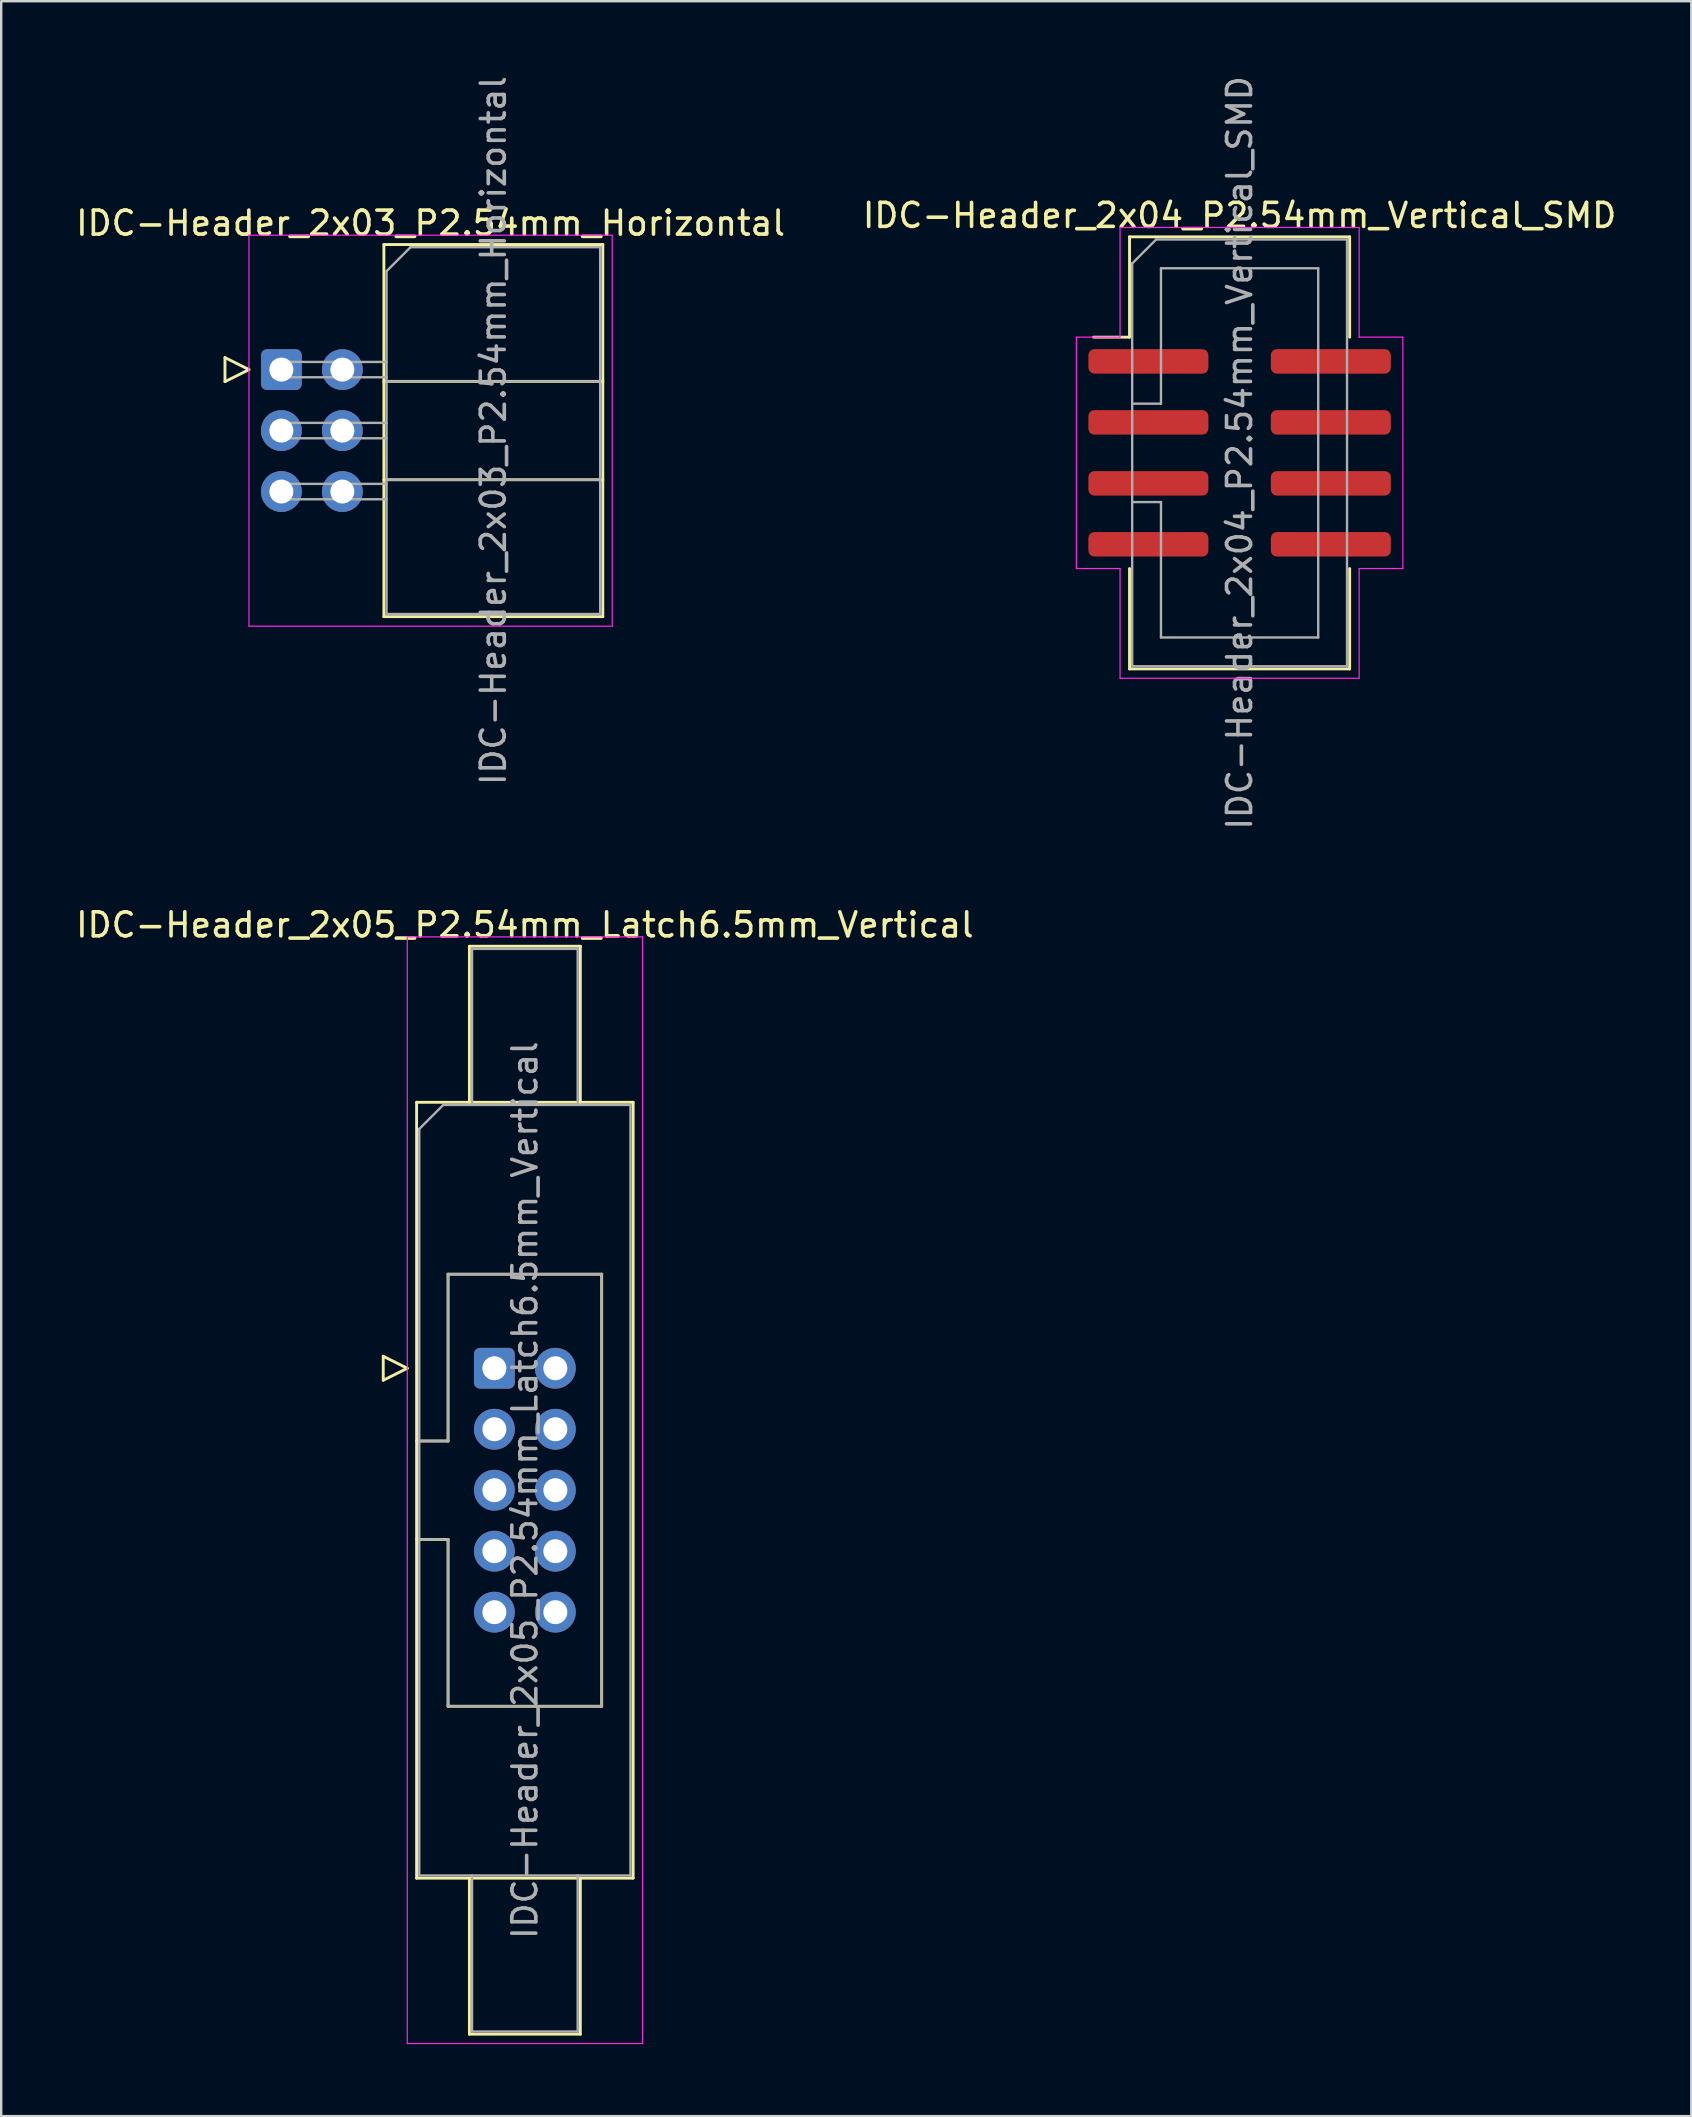
<source format=kicad_pcb>
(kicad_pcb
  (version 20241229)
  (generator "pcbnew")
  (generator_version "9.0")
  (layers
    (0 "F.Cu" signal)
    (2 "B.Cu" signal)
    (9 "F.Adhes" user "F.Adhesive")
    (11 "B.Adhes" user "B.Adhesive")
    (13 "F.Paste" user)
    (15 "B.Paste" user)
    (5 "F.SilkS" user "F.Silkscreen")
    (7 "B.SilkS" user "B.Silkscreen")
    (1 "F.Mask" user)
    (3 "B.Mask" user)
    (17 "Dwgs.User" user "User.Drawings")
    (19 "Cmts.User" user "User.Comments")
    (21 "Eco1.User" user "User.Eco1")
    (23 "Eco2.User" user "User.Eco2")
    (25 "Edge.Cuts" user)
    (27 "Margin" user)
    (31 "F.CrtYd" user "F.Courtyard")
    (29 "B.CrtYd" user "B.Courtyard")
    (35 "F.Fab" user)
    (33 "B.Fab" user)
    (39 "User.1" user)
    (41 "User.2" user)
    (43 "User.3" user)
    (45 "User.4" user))
  (footprint "IDC-Header_2x03_P2.54mm_Horizontal"
    (layer "F.Cu")
    (at 8.672 12.347)
    (property "Reference" "IDC-Header_2x03_P2.54mm_Horizontal" (at 6.215 -6.1 0) (layer "F.SilkS") (effects (font (size 1 1) (thickness 0.15))))
    (attr through_hole)
    (fp_line (start -2.35 -0.5) (end -2.35 0.5) (stroke (width 0.12) (type solid)) (layer "F.SilkS"))
    (fp_line (start -2.35 0.5) (end -1.35 0) (stroke (width 0.12) (type solid)) (layer "F.SilkS"))
    (fp_line (start -1.35 0) (end -2.35 -0.5) (stroke (width 0.12) (type solid)) (layer "F.SilkS"))
    (fp_line (start 4.27 -5.21) (end 13.39 -5.21) (stroke (width 0.12) (type solid)) (layer "F.SilkS"))
    (fp_line (start 4.27 0.49) (end 13.39 0.49) (stroke (width 0.12) (type solid)) (layer "F.SilkS"))
    (fp_line (start 4.27 4.59) (end 13.39 4.59) (stroke (width 0.12) (type solid)) (layer "F.SilkS"))
    (fp_line (start 4.27 10.29) (end 4.27 -5.21) (stroke (width 0.12) (type solid)) (layer "F.SilkS"))
    (fp_line (start 13.39 -5.21) (end 13.39 10.29) (stroke (width 0.12) (type solid)) (layer "F.SilkS"))
    (fp_line (start 13.39 10.29) (end 4.27 10.29) (stroke (width 0.12) (type solid)) (layer "F.SilkS"))
    (fp_line (start -1.35 -5.6) (end -1.35 10.69) (stroke (width 0.05) (type solid)) (layer "F.CrtYd"))
    (fp_line (start -1.35 10.69) (end 13.78 10.69) (stroke (width 0.05) (type solid)) (layer "F.CrtYd"))
    (fp_line (start 13.78 -5.6) (end -1.35 -5.6) (stroke (width 0.05) (type solid)) (layer "F.CrtYd"))
    (fp_line (start 13.78 10.69) (end 13.78 -5.6) (stroke (width 0.05) (type solid)) (layer "F.CrtYd"))
    (fp_line (start -0.32 -0.32) (end -0.32 0.32) (stroke (width 0.1) (type solid)) (layer "F.Fab"))
    (fp_line (start -0.32 0.32) (end 4.38 0.32) (stroke (width 0.1) (type solid)) (layer "F.Fab"))
    (fp_line (start -0.32 2.22) (end -0.32 2.86) (stroke (width 0.1) (type solid)) (layer "F.Fab"))
    (fp_line (start -0.32 2.86) (end 4.38 2.86) (stroke (width 0.1) (type solid)) (layer "F.Fab"))
    (fp_line (start -0.32 4.76) (end -0.32 5.4) (stroke (width 0.1) (type solid)) (layer "F.Fab"))
    (fp_line (start -0.32 5.4) (end 4.38 5.4) (stroke (width 0.1) (type solid)) (layer "F.Fab"))
    (fp_line (start 4.38 -4.1) (end 5.38 -5.1) (stroke (width 0.1) (type solid)) (layer "F.Fab"))
    (fp_line (start 4.38 -0.32) (end -0.32 -0.32) (stroke (width 0.1) (type solid)) (layer "F.Fab"))
    (fp_line (start 4.38 0.49) (end 13.28 0.49) (stroke (width 0.1) (type solid)) (layer "F.Fab"))
    (fp_line (start 4.38 2.22) (end -0.32 2.22) (stroke (width 0.1) (type solid)) (layer "F.Fab"))
    (fp_line (start 4.38 4.59) (end 13.28 4.59) (stroke (width 0.1) (type solid)) (layer "F.Fab"))
    (fp_line (start 4.38 4.76) (end -0.32 4.76) (stroke (width 0.1) (type solid)) (layer "F.Fab"))
    (fp_line (start 4.38 10.18) (end 4.38 -4.1) (stroke (width 0.1) (type solid)) (layer "F.Fab"))
    (fp_line (start 5.38 -5.1) (end 13.28 -5.1) (stroke (width 0.1) (type solid)) (layer "F.Fab"))
    (fp_line (start 13.28 -5.1) (end 13.28 10.18) (stroke (width 0.1) (type solid)) (layer "F.Fab"))
    (fp_line (start 13.28 10.18) (end 4.38 10.18) (stroke (width 0.1) (type solid)) (layer "F.Fab"))
    (fp_text user "${REFERENCE}" (at 8.83 2.54 90) (layer "F.Fab") (effects (font (size 1 1) (thickness 0.15))))
    (pad "1" thru_hole roundrect (at 0 0) (size 1.7 1.7) (drill 1) (layers "*.Cu" "*.Mask") (roundrect_rratio 0.147))
    (pad "2" thru_hole circle (at 2.54 0) (size 1.7 1.7) (drill 1) (layers "*.Cu" "*.Mask"))
    (pad "3" thru_hole circle (at 0 2.54) (size 1.7 1.7) (drill 1) (layers "*.Cu" "*.Mask"))
    (pad "4" thru_hole circle (at 2.54 2.54) (size 1.7 1.7) (drill 1) (layers "*.Cu" "*.Mask"))
    (pad "5" thru_hole circle (at 0 5.08) (size 1.7 1.7) (drill 1) (layers "*.Cu" "*.Mask"))
    (pad "6" thru_hole circle (at 2.54 5.08) (size 1.7 1.7) (drill 1) (layers "*.Cu" "*.Mask")))
  (footprint "IDC-Header_2x05_P2.54mm_Latch6.5mm_Vertical"
    (layer "F.Cu")
    (at 17.545 53.949)
    (property "Reference" "IDC-Header_2x05_P2.54mm_Latch6.5mm_Vertical" (at 1.27 -18.47 0) (layer "F.SilkS") (effects (font (size 1 1) (thickness 0.15))))
    (attr through_hole)
    (fp_line (start -4.63 -0.5) (end -4.63 0.5) (stroke (width 0.12) (type solid)) (layer "F.SilkS"))
    (fp_line (start -4.63 0.5) (end -3.63 0) (stroke (width 0.12) (type solid)) (layer "F.SilkS"))
    (fp_line (start -3.63 0) (end -4.63 -0.5) (stroke (width 0.12) (type solid)) (layer "F.SilkS"))
    (fp_line (start -3.24 -11.08) (end 5.78 -11.08) (stroke (width 0.12) (type solid)) (layer "F.SilkS"))
    (fp_line (start -3.24 3.03) (end -1.93 3.03) (stroke (width 0.12) (type solid)) (layer "F.SilkS"))
    (fp_line (start -3.24 21.24) (end -3.24 -11.08) (stroke (width 0.12) (type solid)) (layer "F.SilkS"))
    (fp_line (start -1.93 -3.92) (end 4.47 -3.92) (stroke (width 0.12) (type solid)) (layer "F.SilkS"))
    (fp_line (start -1.93 3.03) (end -1.93 -3.92) (stroke (width 0.12) (type solid)) (layer "F.SilkS"))
    (fp_line (start -1.93 7.13) (end -3.24 7.13) (stroke (width 0.12) (type solid)) (layer "F.SilkS"))
    (fp_line (start -1.93 14.08) (end -1.93 7.13) (stroke (width 0.12) (type solid)) (layer "F.SilkS"))
    (fp_line (start -1.04 -17.58) (end 3.58 -17.58) (stroke (width 0.12) (type solid)) (layer "F.SilkS"))
    (fp_line (start -1.04 -11.08) (end -1.04 -17.58) (stroke (width 0.12) (type solid)) (layer "F.SilkS"))
    (fp_line (start -1.04 21.24) (end -1.04 27.74) (stroke (width 0.12) (type solid)) (layer "F.SilkS"))
    (fp_line (start -1.04 27.74) (end 3.58 27.74) (stroke (width 0.12) (type solid)) (layer "F.SilkS"))
    (fp_line (start 3.58 -17.58) (end 3.58 -11.08) (stroke (width 0.12) (type solid)) (layer "F.SilkS"))
    (fp_line (start 3.58 27.74) (end 3.58 21.24) (stroke (width 0.12) (type solid)) (layer "F.SilkS"))
    (fp_line (start 4.47 -3.92) (end 4.47 14.08) (stroke (width 0.12) (type solid)) (layer "F.SilkS"))
    (fp_line (start 4.47 14.08) (end -1.93 14.08) (stroke (width 0.12) (type solid)) (layer "F.SilkS"))
    (fp_line (start 5.78 -11.08) (end 5.78 21.24) (stroke (width 0.12) (type solid)) (layer "F.SilkS"))
    (fp_line (start 5.78 21.24) (end -3.24 21.24) (stroke (width 0.12) (type solid)) (layer "F.SilkS"))
    (fp_line (start -3.63 -17.97) (end -3.63 28.13) (stroke (width 0.05) (type solid)) (layer "F.CrtYd"))
    (fp_line (start -3.63 28.13) (end 6.17 28.13) (stroke (width 0.05) (type solid)) (layer "F.CrtYd"))
    (fp_line (start 6.17 -17.97) (end -3.63 -17.97) (stroke (width 0.05) (type solid)) (layer "F.CrtYd"))
    (fp_line (start 6.17 28.13) (end 6.17 -17.97) (stroke (width 0.05) (type solid)) (layer "F.CrtYd"))
    (fp_line (start -3.13 -9.97) (end -2.13 -10.97) (stroke (width 0.1) (type solid)) (layer "F.Fab"))
    (fp_line (start -3.13 3.03) (end -1.93 3.03) (stroke (width 0.1) (type solid)) (layer "F.Fab"))
    (fp_line (start -3.13 21.13) (end -3.13 -9.97) (stroke (width 0.1) (type solid)) (layer "F.Fab"))
    (fp_line (start -2.13 -10.97) (end 5.67 -10.97) (stroke (width 0.1) (type solid)) (layer "F.Fab"))
    (fp_line (start -1.93 -3.92) (end 4.47 -3.92) (stroke (width 0.1) (type solid)) (layer "F.Fab"))
    (fp_line (start -1.93 3.03) (end -1.93 -3.92) (stroke (width 0.1) (type solid)) (layer "F.Fab"))
    (fp_line (start -1.93 7.13) (end -3.13 7.13) (stroke (width 0.1) (type solid)) (layer "F.Fab"))
    (fp_line (start -1.93 14.08) (end -1.93 7.13) (stroke (width 0.1) (type solid)) (layer "F.Fab"))
    (fp_line (start -0.93 -17.47) (end 3.47 -17.47) (stroke (width 0.1) (type solid)) (layer "F.Fab"))
    (fp_line (start -0.93 -10.97) (end -0.93 -17.47) (stroke (width 0.1) (type solid)) (layer "F.Fab"))
    (fp_line (start -0.93 21.13) (end -0.93 27.63) (stroke (width 0.1) (type solid)) (layer "F.Fab"))
    (fp_line (start -0.93 27.63) (end 3.47 27.63) (stroke (width 0.1) (type solid)) (layer "F.Fab"))
    (fp_line (start 3.47 -17.47) (end 3.47 -10.97) (stroke (width 0.1) (type solid)) (layer "F.Fab"))
    (fp_line (start 3.47 27.63) (end 3.47 21.13) (stroke (width 0.1) (type solid)) (layer "F.Fab"))
    (fp_line (start 4.47 -3.92) (end 4.47 14.08) (stroke (width 0.1) (type solid)) (layer "F.Fab"))
    (fp_line (start 4.47 14.08) (end -1.93 14.08) (stroke (width 0.1) (type solid)) (layer "F.Fab"))
    (fp_line (start 5.67 -10.97) (end 5.67 21.13) (stroke (width 0.1) (type solid)) (layer "F.Fab"))
    (fp_line (start 5.67 21.13) (end -3.13 21.13) (stroke (width 0.1) (type solid)) (layer "F.Fab"))
    (fp_text user "${REFERENCE}" (at 1.27 5.08 90) (layer "F.Fab") (effects (font (size 1 1) (thickness 0.15))))
    (pad "1" thru_hole roundrect (at 0 0) (size 1.7 1.7) (drill 1) (layers "*.Cu" "*.Mask") (roundrect_rratio 0.147))
    (pad "2" thru_hole circle (at 2.54 0) (size 1.7 1.7) (drill 1) (layers "*.Cu" "*.Mask"))
    (pad "3" thru_hole circle (at 0 2.54) (size 1.7 1.7) (drill 1) (layers "*.Cu" "*.Mask"))
    (pad "4" thru_hole circle (at 2.54 2.54) (size 1.7 1.7) (drill 1) (layers "*.Cu" "*.Mask"))
    (pad "5" thru_hole circle (at 0 5.08) (size 1.7 1.7) (drill 1) (layers "*.Cu" "*.Mask"))
    (pad "6" thru_hole circle (at 2.54 5.08) (size 1.7 1.7) (drill 1) (layers "*.Cu" "*.Mask"))
    (pad "7" thru_hole circle (at 0 7.62) (size 1.7 1.7) (drill 1) (layers "*.Cu" "*.Mask"))
    (pad "8" thru_hole circle (at 2.54 7.62) (size 1.7 1.7) (drill 1) (layers "*.Cu" "*.Mask"))
    (pad "9" thru_hole circle (at 0 10.16) (size 1.7 1.7) (drill 1) (layers "*.Cu" "*.Mask"))
    (pad "10" thru_hole circle (at 2.54 10.16) (size 1.7 1.7) (drill 1) (layers "*.Cu" "*.Mask")))
  (footprint "IDC-Header_2x04_P2.54mm_Vertical_SMD"
    (layer "F.Cu")
    (at 48.589 15.815)
    (property "Reference" "IDC-Header_2x04_P2.54mm_Vertical_SMD" (at 0 -9.89 0) (layer "F.SilkS") (effects (font (size 1 1) (thickness 0.15))))
    (attr smd)
    (fp_line (start -4.585 -9) (end 4.585 -9) (stroke (width 0.12) (type solid)) (layer "F.SilkS"))
    (fp_line (start -4.585 -4.82) (end -6.085 -4.82) (stroke (width 0.12) (type solid)) (layer "F.SilkS"))
    (fp_line (start -4.585 -4.82) (end -4.585 -9) (stroke (width 0.12) (type solid)) (layer "F.SilkS"))
    (fp_line (start -4.585 4.82) (end -4.585 9) (stroke (width 0.12) (type solid)) (layer "F.SilkS"))
    (fp_line (start -4.585 9) (end 4.585 9) (stroke (width 0.12) (type solid)) (layer "F.SilkS"))
    (fp_line (start 4.585 -9) (end 4.585 -4.82) (stroke (width 0.12) (type solid)) (layer "F.SilkS"))
    (fp_line (start 4.585 9) (end 4.585 4.82) (stroke (width 0.12) (type solid)) (layer "F.SilkS"))
    (fp_line (start -6.8 -4.82) (end -6.8 4.82) (stroke (width 0.05) (type solid)) (layer "F.CrtYd"))
    (fp_line (start -6.8 4.82) (end -4.98 4.82) (stroke (width 0.05) (type solid)) (layer "F.CrtYd"))
    (fp_line (start -4.98 -9.39) (end -4.98 -4.82) (stroke (width 0.05) (type solid)) (layer "F.CrtYd"))
    (fp_line (start -4.98 -4.82) (end -6.8 -4.82) (stroke (width 0.05) (type solid)) (layer "F.CrtYd"))
    (fp_line (start -4.98 4.82) (end -4.98 9.39) (stroke (width 0.05) (type solid)) (layer "F.CrtYd"))
    (fp_line (start -4.98 9.39) (end 4.98 9.39) (stroke (width 0.05) (type solid)) (layer "F.CrtYd"))
    (fp_line (start 4.98 -9.39) (end -4.98 -9.39) (stroke (width 0.05) (type solid)) (layer "F.CrtYd"))
    (fp_line (start 4.98 -4.82) (end 4.98 -9.39) (stroke (width 0.05) (type solid)) (layer "F.CrtYd"))
    (fp_line (start 4.98 4.82) (end 6.8 4.82) (stroke (width 0.05) (type solid)) (layer "F.CrtYd"))
    (fp_line (start 4.98 9.39) (end 4.98 4.82) (stroke (width 0.05) (type solid)) (layer "F.CrtYd"))
    (fp_line (start 6.8 -4.82) (end 4.98 -4.82) (stroke (width 0.05) (type solid)) (layer "F.CrtYd"))
    (fp_line (start 6.8 4.82) (end 6.8 -4.82) (stroke (width 0.05) (type solid)) (layer "F.CrtYd"))
    (fp_line (start -4.475 -7.89) (end -3.475 -8.89) (stroke (width 0.1) (type solid)) (layer "F.Fab"))
    (fp_line (start -4.475 -2.05) (end -3.275 -2.05) (stroke (width 0.1) (type solid)) (layer "F.Fab"))
    (fp_line (start -4.475 8.89) (end -4.475 -7.89) (stroke (width 0.1) (type solid)) (layer "F.Fab"))
    (fp_line (start -3.475 -8.89) (end 4.475 -8.89) (stroke (width 0.1) (type solid)) (layer "F.Fab"))
    (fp_line (start -3.275 -7.69) (end 3.275 -7.69) (stroke (width 0.1) (type solid)) (layer "F.Fab"))
    (fp_line (start -3.275 -2.05) (end -3.275 -7.69) (stroke (width 0.1) (type solid)) (layer "F.Fab"))
    (fp_line (start -3.275 2.05) (end -4.475 2.05) (stroke (width 0.1) (type solid)) (layer "F.Fab"))
    (fp_line (start -3.275 7.69) (end -3.275 2.05) (stroke (width 0.1) (type solid)) (layer "F.Fab"))
    (fp_line (start 3.275 -7.69) (end 3.275 7.69) (stroke (width 0.1) (type solid)) (layer "F.Fab"))
    (fp_line (start 3.275 7.69) (end -3.275 7.69) (stroke (width 0.1) (type solid)) (layer "F.Fab"))
    (fp_line (start 4.475 -8.89) (end 4.475 8.89) (stroke (width 0.1) (type solid)) (layer "F.Fab"))
    (fp_line (start 4.475 8.89) (end -4.475 8.89) (stroke (width 0.1) (type solid)) (layer "F.Fab"))
    (fp_text user "${REFERENCE}" (at 0 0 90) (layer "F.Fab") (effects (font (size 1 1) (thickness 0.15))))
    (pad "1" smd roundrect (at -3.8 -3.81) (size 5 1.02) (layers "F.Cu" "F.Mask" "F.Paste") (roundrect_rratio 0.245))
    (pad "2" smd roundrect (at 3.8 -3.81) (size 5 1.02) (layers "F.Cu" "F.Mask" "F.Paste") (roundrect_rratio 0.245))
    (pad "3" smd roundrect (at -3.8 -1.27) (size 5 1.02) (layers "F.Cu" "F.Mask" "F.Paste") (roundrect_rratio 0.245))
    (pad "4" smd roundrect (at 3.8 -1.27) (size 5 1.02) (layers "F.Cu" "F.Mask" "F.Paste") (roundrect_rratio 0.245))
    (pad "5" smd roundrect (at -3.8 1.27) (size 5 1.02) (layers "F.Cu" "F.Mask" "F.Paste") (roundrect_rratio 0.245))
    (pad "6" smd roundrect (at 3.8 1.27) (size 5 1.02) (layers "F.Cu" "F.Mask" "F.Paste") (roundrect_rratio 0.245))
    (pad "7" smd roundrect (at -3.8 3.81) (size 5 1.02) (layers "F.Cu" "F.Mask" "F.Paste") (roundrect_rratio 0.245))
    (pad "8" smd roundrect (at 3.8 3.81) (size 5 1.02) (layers "F.Cu" "F.Mask" "F.Paste") (roundrect_rratio 0.245)))
  (gr_rect
    (start -3 -3)
    (end 67.405 85.104)
    (stroke (width 0.1) (type default))
    (fill no)
    (layer "Edge.Cuts")))
</source>
